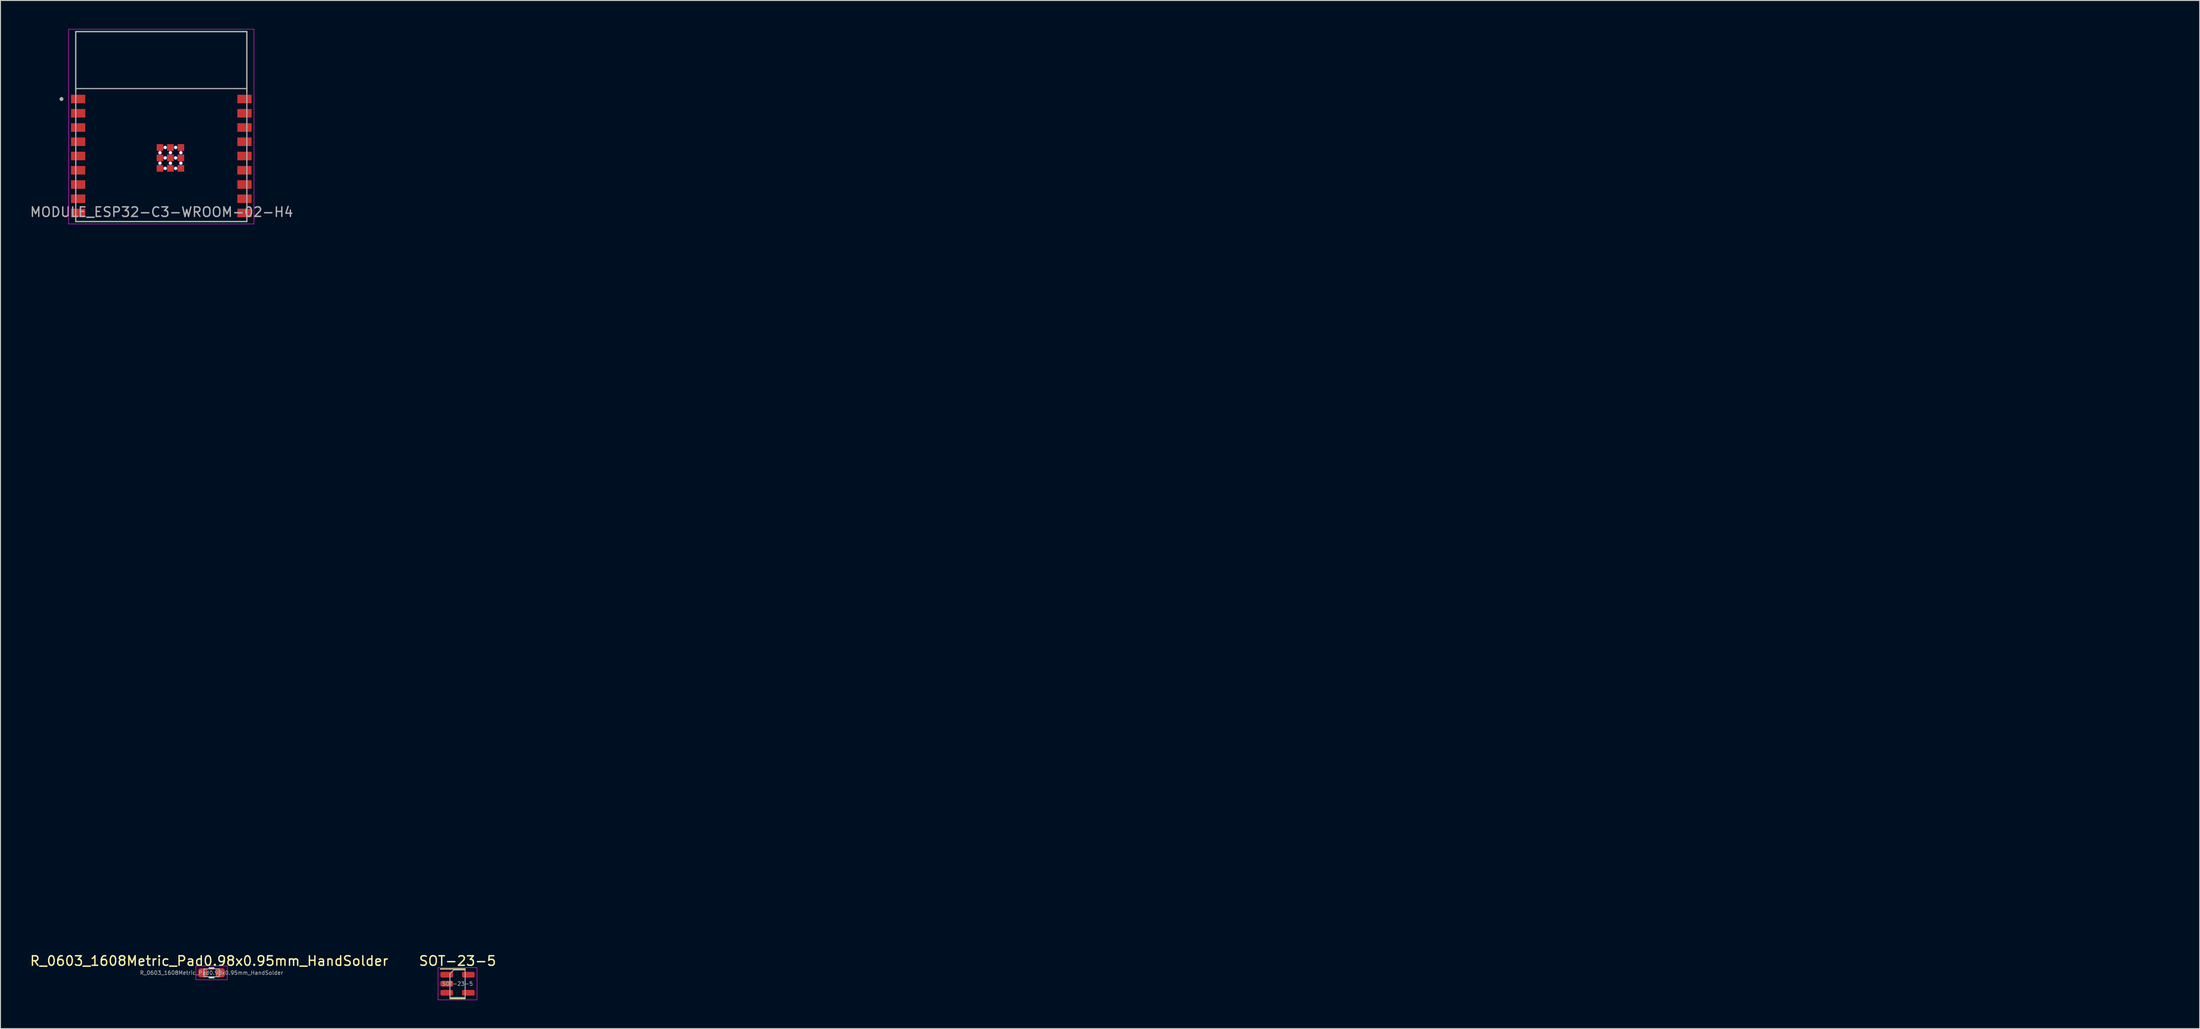
<source format=kicad_pcb>
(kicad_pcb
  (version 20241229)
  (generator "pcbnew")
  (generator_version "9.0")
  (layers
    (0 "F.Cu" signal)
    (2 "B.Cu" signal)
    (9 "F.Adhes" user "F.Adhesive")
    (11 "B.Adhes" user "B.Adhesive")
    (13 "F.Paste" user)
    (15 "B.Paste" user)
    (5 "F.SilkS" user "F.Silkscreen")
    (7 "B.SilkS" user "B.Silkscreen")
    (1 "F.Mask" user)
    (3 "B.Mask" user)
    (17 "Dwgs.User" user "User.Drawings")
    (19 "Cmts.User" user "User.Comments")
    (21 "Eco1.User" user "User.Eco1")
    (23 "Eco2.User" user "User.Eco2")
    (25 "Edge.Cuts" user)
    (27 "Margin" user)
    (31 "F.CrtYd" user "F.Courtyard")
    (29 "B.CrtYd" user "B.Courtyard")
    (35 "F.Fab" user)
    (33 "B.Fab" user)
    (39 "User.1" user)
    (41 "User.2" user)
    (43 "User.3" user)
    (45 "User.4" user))
  (footprint "R_0603_1608Metric_Pad0.98x0.95mm_HandSolder"
    (layer "F.Cu")
    (at 19.208 99.373)
    (property "Reference" "R_0603_1608Metric_Pad0.98x0.95mm_HandSolder" (at -0.25 -1.25 180) (layer "F.SilkS") (effects (font (size 1 1) (thickness 0.15))))
    (attr smd)
    (fp_line (start -0.255 -0.522) (end 0.255 -0.522) (stroke (width 0.12) (type solid)) (layer "F.SilkS"))
    (fp_line (start -0.255 0.522) (end 0.255 0.522) (stroke (width 0.12) (type solid)) (layer "F.SilkS"))
    (fp_line (start -1.65 -0.73) (end 1.65 -0.73) (stroke (width 0.05) (type solid)) (layer "F.CrtYd"))
    (fp_line (start -1.65 0.73) (end -1.65 -0.73) (stroke (width 0.05) (type solid)) (layer "F.CrtYd"))
    (fp_line (start 1.65 -0.73) (end 1.65 0.73) (stroke (width 0.05) (type solid)) (layer "F.CrtYd"))
    (fp_line (start 1.65 0.73) (end -1.65 0.73) (stroke (width 0.05) (type solid)) (layer "F.CrtYd"))
    (fp_line (start -0.8 -0.412) (end 0.8 -0.412) (stroke (width 0.1) (type solid)) (layer "F.Fab"))
    (fp_line (start -0.8 0.412) (end -0.8 -0.412) (stroke (width 0.1) (type solid)) (layer "F.Fab"))
    (fp_line (start 0.8 -0.412) (end 0.8 0.412) (stroke (width 0.1) (type solid)) (layer "F.Fab"))
    (fp_line (start 0.8 0.412) (end -0.8 0.412) (stroke (width 0.1) (type solid)) (layer "F.Fab"))
    (fp_text user "${REFERENCE}" (at 0 0 180) (layer "F.Fab") (effects (font (size 0.4 0.4) (thickness 0.06))))
    (pad "1" smd roundrect (at -0.912 0) (size 0.975 0.95) (layers "F.Cu" "F.Mask" "F.Paste") (roundrect_rratio 0.25))
    (pad "2" smd roundrect (at 0.912 0) (size 0.975 0.95) (layers "F.Cu" "F.Mask" "F.Paste") (roundrect_rratio 0.25)))
  (footprint "MODULE_ESP32-C3-WROOM-02-H4"
    (layer "F.Cu")
    (at 13.921 10.275)
    (property "Reference" "MODULE_ESP32-C3-WROOM-02-H4" (at 0.037 9 0) (layer "F.Fab") (effects (font (size 1 1) (thickness 0.15))))
    (attr smd)
    (fp_line (start -9 -10) (end -9 -3.67) (stroke (width 0.127) (type solid)) (layer "F.SilkS"))
    (fp_line (start -9 10) (end -9 9.87) (stroke (width 0.127) (type solid)) (layer "F.SilkS"))
    (fp_line (start -9 10) (end 9 10) (stroke (width 0.127) (type solid)) (layer "F.SilkS"))
    (fp_line (start 9 -10) (end -9 -10) (stroke (width 0.127) (type solid)) (layer "F.SilkS"))
    (fp_line (start 9 -3.67) (end 9 -10) (stroke (width 0.127) (type solid)) (layer "F.SilkS"))
    (fp_line (start 9 10) (end 9 9.87) (stroke (width 0.127) (type solid)) (layer "F.SilkS"))
    (fp_circle (center -10.5 -2.9) (end -10.4 -2.9) (stroke (width 0.2) (type solid)) (fill no) (layer "F.SilkS"))
    (fp_line (start -9.75 -10.25) (end -9.75 10.25) (stroke (width 0.05) (type solid)) (layer "F.CrtYd"))
    (fp_line (start -9.75 10.25) (end 9.75 10.25) (stroke (width 0.05) (type solid)) (layer "F.CrtYd"))
    (fp_line (start 9.75 -10.25) (end -9.75 -10.25) (stroke (width 0.05) (type solid)) (layer "F.CrtYd"))
    (fp_line (start 9.75 10.25) (end 9.75 -10.25) (stroke (width 0.05) (type solid)) (layer "F.CrtYd"))
    (fp_line (start -9 -10) (end -9 -4) (stroke (width 0.127) (type solid)) (layer "F.Fab"))
    (fp_line (start -9 -4) (end -9 10) (stroke (width 0.127) (type solid)) (layer "F.Fab"))
    (fp_line (start -9 10) (end 9 10) (stroke (width 0.127) (type solid)) (layer "F.Fab"))
    (fp_line (start 9 -10) (end -9 -10) (stroke (width 0.127) (type solid)) (layer "F.Fab"))
    (fp_line (start 9 -4) (end -9 -4) (stroke (width 0.127) (type solid)) (layer "F.Fab"))
    (fp_line (start 9 -4) (end 9 -10) (stroke (width 0.127) (type solid)) (layer "F.Fab"))
    (fp_line (start 9 10) (end 9 -4) (stroke (width 0.127) (type solid)) (layer "F.Fab"))
    (fp_circle (center -10.5 -2.9) (end -10.4 -2.9) (stroke (width 0.2) (type solid)) (fill no) (layer "F.Fab"))
    (pad "1" smd rect (at -8.75 -2.9) (size 1.5 0.9) (layers "F.Cu" "F.Mask" "F.Paste"))
    (pad "2" smd rect (at -8.75 -1.4) (size 1.5 0.9) (layers "F.Cu" "F.Mask" "F.Paste"))
    (pad "3" smd rect (at -8.75 0.1) (size 1.5 0.9) (layers "F.Cu" "F.Mask" "F.Paste"))
    (pad "4" smd rect (at -8.75 1.6) (size 1.5 0.9) (layers "F.Cu" "F.Mask" "F.Paste"))
    (pad "5" smd rect (at -8.75 3.1) (size 1.5 0.9) (layers "F.Cu" "F.Mask" "F.Paste"))
    (pad "6" smd rect (at -8.75 4.6) (size 1.5 0.9) (layers "F.Cu" "F.Mask" "F.Paste"))
    (pad "7" smd rect (at -8.75 6.1) (size 1.5 0.9) (layers "F.Cu" "F.Mask" "F.Paste"))
    (pad "8" smd rect (at -8.75 7.6) (size 1.5 0.9) (layers "F.Cu" "F.Mask" "F.Paste"))
    (pad "9" smd rect (at -8.75 9.1) (size 1.5 0.9) (layers "F.Cu" "F.Mask" "F.Paste"))
    (pad "10" smd rect (at 8.75 9.1) (size 1.5 0.9) (layers "F.Cu" "F.Mask" "F.Paste"))
    (pad "11" smd rect (at 8.75 7.6) (size 1.5 0.9) (layers "F.Cu" "F.Mask" "F.Paste"))
    (pad "12" smd rect (at 8.75 6.1) (size 1.5 0.9) (layers "F.Cu" "F.Mask" "F.Paste"))
    (pad "13" smd rect (at 8.75 4.6) (size 1.5 0.9) (layers "F.Cu" "F.Mask" "F.Paste"))
    (pad "14" smd rect (at 8.75 3.1) (size 1.5 0.9) (layers "F.Cu" "F.Mask" "F.Paste"))
    (pad "15" smd rect (at 8.75 1.6) (size 1.5 0.9) (layers "F.Cu" "F.Mask" "F.Paste"))
    (pad "16" smd rect (at 8.75 0.1) (size 1.5 0.9) (layers "F.Cu" "F.Mask" "F.Paste"))
    (pad "17" smd rect (at 8.75 -1.4) (size 1.5 0.9) (layers "F.Cu" "F.Mask" "F.Paste"))
    (pad "18" smd rect (at 8.75 -2.9) (size 1.5 0.9) (layers "F.Cu" "F.Mask" "F.Paste"))
    (pad "19" smd rect (at -0.14 2.2) (size 0.7 0.7) (layers "F.Cu" "F.Mask" "F.Paste"))
    (pad "20" smd rect (at 0.96 2.2) (size 0.7 0.7) (layers "F.Cu" "F.Mask" "F.Paste"))
    (pad "21" smd rect (at 2.06 2.2) (size 0.7 0.7) (layers "F.Cu" "F.Mask" "F.Paste"))
    (pad "22" smd rect (at -0.14 3.3) (size 0.7 0.7) (layers "F.Cu" "F.Mask" "F.Paste"))
    (pad "23" smd rect (at 0.96 3.3) (size 0.7 0.7) (layers "F.Cu" "F.Mask" "F.Paste"))
    (pad "24" smd rect (at 2.06 3.3) (size 0.7 0.7) (layers "F.Cu" "F.Mask" "F.Paste"))
    (pad "25" smd rect (at -0.14 4.4) (size 0.7 0.7) (layers "F.Cu" "F.Mask" "F.Paste"))
    (pad "26" smd rect (at 0.96 4.4) (size 0.7 0.7) (layers "F.Cu" "F.Mask" "F.Paste"))
    (pad "27" smd rect (at 2.06 4.4) (size 0.7 0.7) (layers "F.Cu" "F.Mask" "F.Paste"))
    (pad "28" thru_hole circle (at 0.41 2.2) (size 0.4 0.4) (drill 0.3) (layers "*.Cu"))
    (pad "29" thru_hole circle (at 1.51 2.2) (size 0.4 0.4) (drill 0.3) (layers "*.Cu"))
    (pad "30" thru_hole circle (at -0.14 2.75) (size 0.4 0.4) (drill 0.3) (layers "*.Cu"))
    (pad "31" thru_hole circle (at 0.96 2.75) (size 0.4 0.4) (drill 0.3) (layers "*.Cu"))
    (pad "32" thru_hole circle (at 2.06 2.75) (size 0.4 0.4) (drill 0.3) (layers "*.Cu"))
    (pad "33" thru_hole circle (at 0.41 3.3) (size 0.4 0.4) (drill 0.3) (layers "*.Cu"))
    (pad "34" thru_hole circle (at 1.51 3.3) (size 0.4 0.4) (drill 0.3) (layers "*.Cu"))
    (pad "35" thru_hole circle (at -0.14 3.85) (size 0.4 0.4) (drill 0.3) (layers "*.Cu"))
    (pad "36" thru_hole circle (at 0.96 3.85) (size 0.4 0.4) (drill 0.3) (layers "*.Cu"))
    (pad "37" thru_hole circle (at 2.06 3.85) (size 0.4 0.4) (drill 0.3) (layers "*.Cu"))
    (pad "38" thru_hole circle (at 0.41 4.4) (size 0.4 0.4) (drill 0.3) (layers "*.Cu"))
    (pad "39" thru_hole circle (at 1.51 4.4) (size 0.4 0.4) (drill 0.3) (layers "*.Cu"))
    (zone (net_name "") (layer "F.Cu") (hatch full 0.508) (connect_pads) (min_thickness 0.01) (filled_areas_thickness no) (keepout (tracks not_allowed) (vias not_allowed) (pads not_allowed) (copperpour not_allowed) (footprints allowed)) (placement (enabled no)) (fill) (polygon (pts (xy 207.383 88.275) (xy 225.383 88.275) (xy 225.383 94.275) (xy 207.383 94.275))))
    (zone (net_name "") (layers "F.Cu" "B.Cu") (hatch full 0.508) (connect_pads) (min_thickness 0.01) (filled_areas_thickness no) (keepout (tracks allowed) (vias not_allowed) (pads allowed) (copperpour allowed) (footprints allowed)) (placement (enabled no)) (fill) (polygon (pts (xy 207.383 88.275) (xy 225.383 88.275) (xy 225.383 94.275) (xy 207.383 94.275))))
    (zone (net_name "") (layer "B.Cu") (hatch full 0.508) (connect_pads) (min_thickness 0.01) (filled_areas_thickness no) (keepout (tracks not_allowed) (vias not_allowed) (pads not_allowed) (copperpour not_allowed) (footprints allowed)) (placement (enabled no)) (fill) (polygon (pts (xy 207.383 88.275) (xy 225.383 88.275) (xy 225.383 94.275) (xy 207.383 94.275)))))
  (footprint "SOT-23-5"
    (layer "F.Cu")
    (at 45.089 100.523)
    (property "Reference" "SOT-23-5" (at 0 -2.4 180) (layer "F.SilkS") (effects (font (size 1 1) (thickness 0.15))))
    (attr smd)
    (fp_line (start 0 -1.56) (end -1.8 -1.56) (stroke (width 0.12) (type solid)) (layer "F.SilkS"))
    (fp_line (start 0 -1.56) (end 0.8 -1.56) (stroke (width 0.12) (type solid)) (layer "F.SilkS"))
    (fp_line (start 0 1.56) (end -0.8 1.56) (stroke (width 0.12) (type solid)) (layer "F.SilkS"))
    (fp_line (start 0 1.56) (end 0.8 1.56) (stroke (width 0.12) (type solid)) (layer "F.SilkS"))
    (fp_line (start -2.05 -1.7) (end -2.05 1.7) (stroke (width 0.05) (type solid)) (layer "F.CrtYd"))
    (fp_line (start -2.05 1.7) (end 2.05 1.7) (stroke (width 0.05) (type solid)) (layer "F.CrtYd"))
    (fp_line (start 2.05 -1.7) (end -2.05 -1.7) (stroke (width 0.05) (type solid)) (layer "F.CrtYd"))
    (fp_line (start 2.05 1.7) (end 2.05 -1.7) (stroke (width 0.05) (type solid)) (layer "F.CrtYd"))
    (fp_line (start -0.8 -1.05) (end -0.4 -1.45) (stroke (width 0.1) (type solid)) (layer "F.Fab"))
    (fp_line (start -0.8 1.45) (end -0.8 -1.05) (stroke (width 0.1) (type solid)) (layer "F.Fab"))
    (fp_line (start -0.4 -1.45) (end 0.8 -1.45) (stroke (width 0.1) (type solid)) (layer "F.Fab"))
    (fp_line (start 0.8 -1.45) (end 0.8 1.45) (stroke (width 0.1) (type solid)) (layer "F.Fab"))
    (fp_line (start 0.8 1.45) (end -0.8 1.45) (stroke (width 0.1) (type solid)) (layer "F.Fab"))
    (fp_text user "${REFERENCE}" (at 0 0 180) (layer "F.Fab") (effects (font (size 0.4 0.4) (thickness 0.06))))
    (pad "1" smd roundrect (at -1.137 -0.95) (size 1.325 0.6) (layers "F.Cu" "F.Mask" "F.Paste") (roundrect_rratio 0.25))
    (pad "2" smd roundrect (at -1.137 0) (size 1.325 0.6) (layers "F.Cu" "F.Mask" "F.Paste") (roundrect_rratio 0.25))
    (pad "3" smd roundrect (at -1.137 0.95) (size 1.325 0.6) (layers "F.Cu" "F.Mask" "F.Paste") (roundrect_rratio 0.25))
    (pad "4" smd roundrect (at 1.137 0.95) (size 1.325 0.6) (layers "F.Cu" "F.Mask" "F.Paste") (roundrect_rratio 0.25))
    (pad "5" smd roundrect (at 1.137 -0.95) (size 1.325 0.6) (layers "F.Cu" "F.Mask" "F.Paste") (roundrect_rratio 0.25)))
  (gr_rect
    (start -3 -3)
    (end 228.383 105.248)
    (stroke (width 0.1) (type default))
    (fill no)
    (layer "Edge.Cuts")))
</source>
